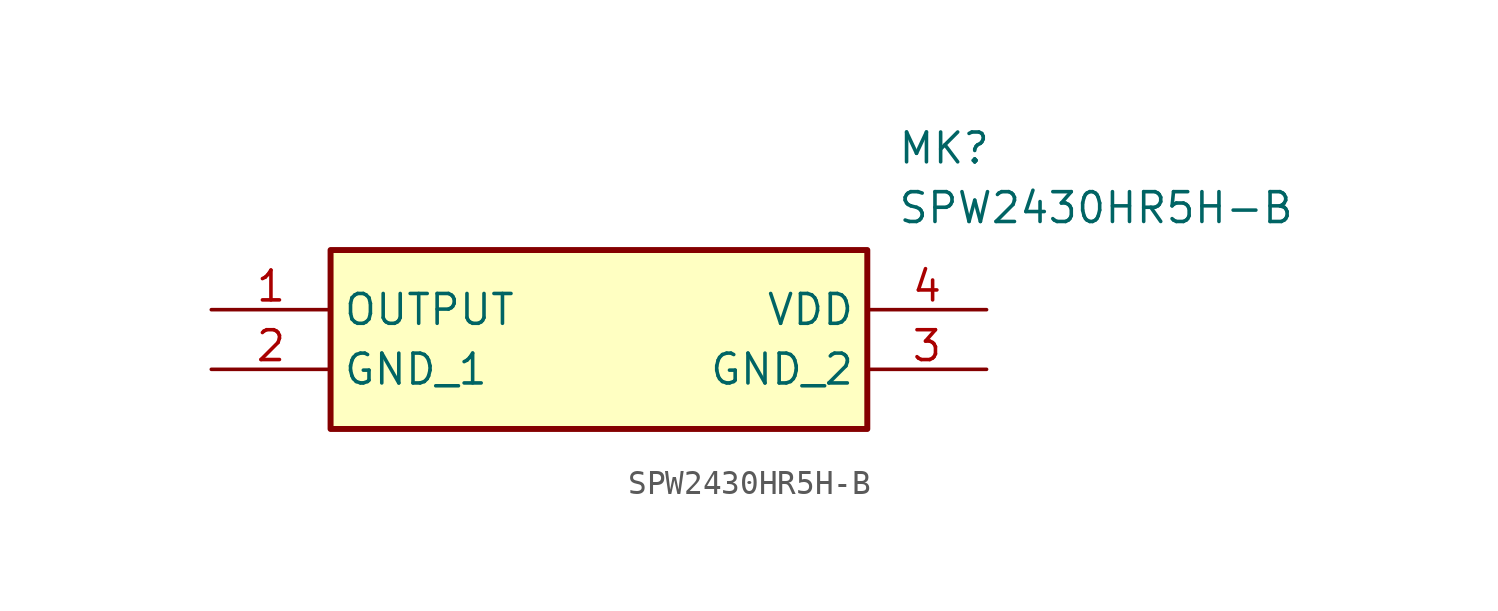
<source format=kicad_sym>
(kicad_symbol_lib
  (version 20211014)
  (generator SamacSys_ECAD_Model)
  (symbol "SPW2430HR5H-B"
    (property "Reference" "MK"
      (at 29.21 7.62 0)
      (effects (font (size 1.27 1.27)) (justify left top)))
    (property "Value" "SPW2430HR5H-B"
      (at 29.21 5.08 0)
      (effects (font (size 1.27 1.27)) (justify left top)))
    (rectangle
      (start 5.08 2.54)
      (end 27.94 -5.08)
      (stroke (width 0.254) (type default))
      (fill (type background)))
    (pin passive line
      (at 0 0 0)
      (length 5.08)
      (name "OUTPUT" (effects (font (size 1.27 1.27))))
      (number "1" (effects (font (size 1.27 1.27)))))
    (pin passive line
      (at 0 -2.54 0)
      (length 5.08)
      (name "GND_1" (effects (font (size 1.27 1.27))))
      (number "2" (effects (font (size 1.27 1.27)))))
    (pin passive line
      (at 33.02 -2.54 180)
      (length 5.08)
      (name "GND_2" (effects (font (size 1.27 1.27))))
      (number "3" (effects (font (size 1.27 1.27)))))
    (pin passive line
      (at 33.02 0 180)
      (length 5.08)
      (name "VDD" (effects (font (size 1.27 1.27))))
      (number "4" (effects (font (size 1.27 1.27)))))))
</source>
